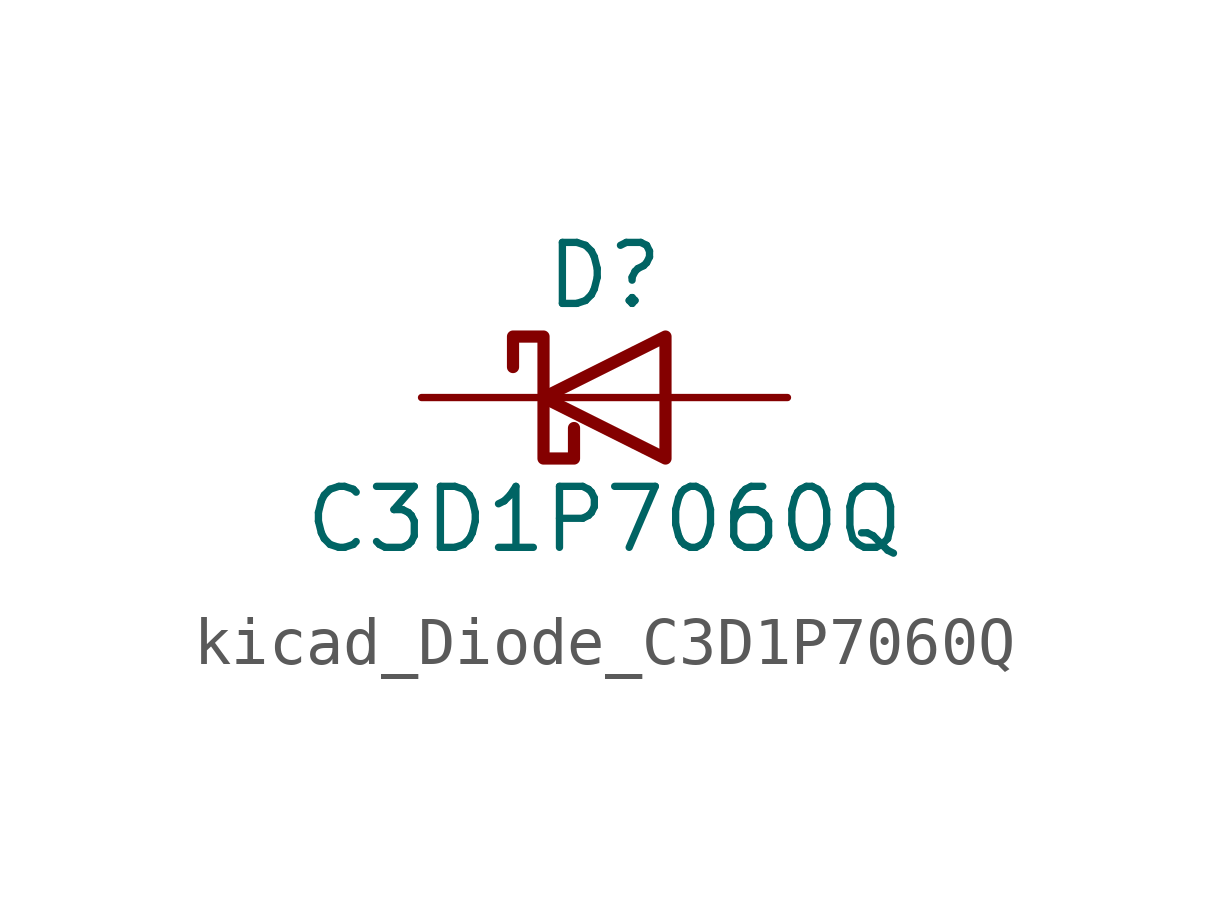
<source format=kicad_sym>
(kicad_symbol_lib
  (version 20220914)
  (generator kicad_symbol_editor)
  (symbol "kicad_Diode_C3D1P7060Q"
    (pin_numbers hide)
    (pin_names
      (offset 1.016) hide)
    (property "Reference" "D"
      (at 0 2.54 0)
      (effects (font (size 1.27 1.27))))
    (property "Value" "C3D1P7060Q"
      (at 0 -2.54 0)
      (effects (font (size 1.27 1.27))))
    (symbol "kicad_Diode_C3D1P7060Q_0_1"
      (polyline (pts (xy 1.27 0) (xy -1.27 0)) (stroke (width 0) (type default)) (fill (type none)))
      (polyline (pts (xy 1.27 1.27) (xy 1.27 -1.27) (xy -1.27 0) (xy 1.27 1.27)) (stroke (width 0.254) (type default)) (fill (type none)))
      (polyline (pts (xy -1.905 0.635) (xy -1.905 1.27) (xy -1.27 1.27) (xy -1.27 -1.27) (xy -0.635 -1.27) (xy -0.635 -0.635)) (stroke (width 0.254) (type default)) (fill (type none))))
    (symbol "kicad_Diode_C3D1P7060Q_1_1"
      (pin passive line (at -3.81 0 0) (length 2.54) (name "K" (effects (font (size 1.27 1.27)))) (number "1" (effects (font (size 1.27 1.27)))))
      (pin passive line (at 3.81 0 180) (length 2.54) (name "A" (effects (font (size 1.27 1.27)))) (number "2" (effects (font (size 1.27 1.27))))))))
</source>
